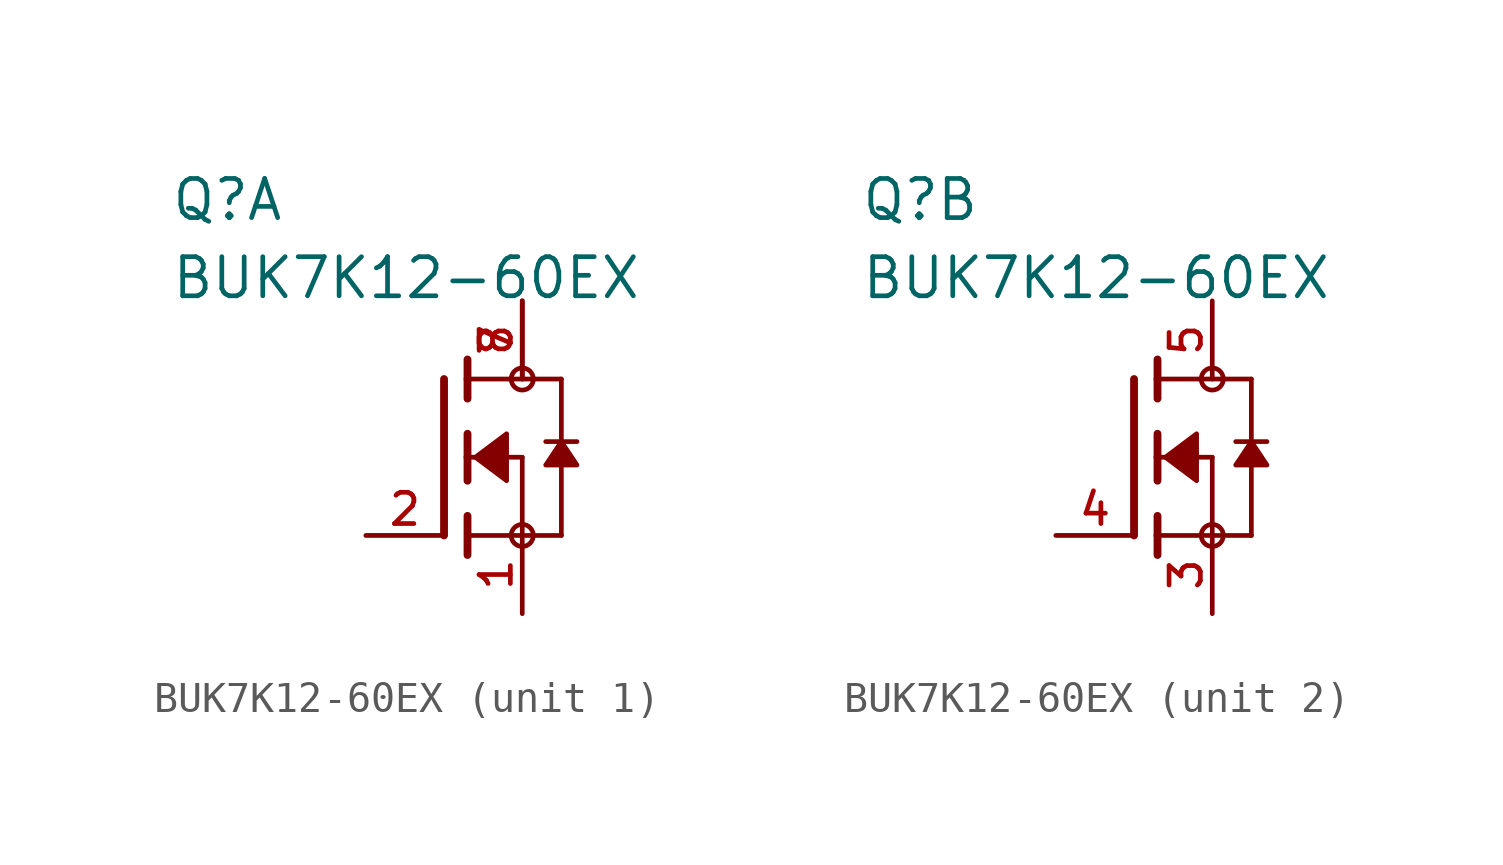
<source format=kicad_sym>
(kicad_symbol_lib
  (version 20211014)
  (generator kicad_symbol_editor)
  (symbol "BUK7K12-60EX"
    (pin_names
      (offset 1.016))
    (property "Reference" "Q"
      (at -11.43 7.62 0)
      (effects (font (size 1.27 1.27)) (justify bottom left)))
    (property "Value" "BUK7K12-60EX"
      (at -11.43 5.08 0)
      (effects (font (size 1.27 1.27)) (justify bottom left)))
    (symbol "BUK7K12-60EX_1_0"
      (polyline (pts (xy -1.778 0.762) (xy -1.778 0.0)) (stroke (width 0.254)))
      (polyline (pts (xy -1.778 0.0) (xy -1.778 -0.762)) (stroke (width 0.254)))
      (polyline (pts (xy -1.778 3.175) (xy -1.778 2.54)) (stroke (width 0.254)))
      (polyline (pts (xy -1.778 2.54) (xy -1.778 1.905)) (stroke (width 0.254)))
      (polyline (pts (xy -1.778 0.0) (xy 0.0 0.0)) (stroke (width 0.152)))
      (polyline (pts (xy 0.0 0.0) (xy 0.0 -2.54)) (stroke (width 0.152)))
      (polyline (pts (xy -1.778 -1.905) (xy -1.778 -3.175)) (stroke (width 0.254)))
      (polyline (pts (xy -2.54 2.54) (xy -2.54 -2.54)) (stroke (width 0.254)))
      (polyline (pts (xy 1.27 -2.54) (xy -1.778 -2.54)) (stroke (width 0.152)))
      (polyline (pts (xy 1.27 2.54) (xy 1.27 0.508)) (stroke (width 0.152)))
      (polyline (pts (xy 1.27 0.508) (xy 1.27 -2.54)) (stroke (width 0.152)))
      (polyline (pts (xy -1.778 2.54) (xy 1.27 2.54)) (stroke (width 0.152)))
      (polyline (pts (xy 1.778 0.508) (xy 1.27 0.508)) (stroke (width 0.152)))
      (polyline (pts (xy 1.27 0.508) (xy 0.762 0.508)) (stroke (width 0.152)))
      (circle (center 0.0 -2.54) (radius 0.359) (stroke (width 0.0)) (fill (type none)))
      (circle (center 0.0 2.54) (radius 0.359) (stroke (width 0.0)) (fill (type none)))
      (polyline (pts (xy 1.27 0.508) (xy 0.762 -0.254) (xy 1.778 -0.254) (xy 1.27 0.508)) (stroke (width 0.152)) (fill (type outline)))
      (polyline (pts (xy -1.524 0.0) (xy -0.508 0.762) (xy -0.508 -0.762) (xy -1.524 0.0)) (stroke (width 0.152)) (fill (type outline)))
      (pin passive line (at 0.0 -5.08 90.0) (length 2.54) (name "~" (effects (font (size 1.016 1.016)))) (number "1" (effects (font (size 1.016 1.016)))))
      (pin passive line (at -5.08 -2.54 0) (length 2.54) (name "~" (effects (font (size 1.016 1.016)))) (number "2" (effects (font (size 1.016 1.016)))))
      (pin passive line (at 0.0 5.08 270.0) (length 2.54) (name "~" (effects (font (size 1.016 1.016)))) (number "7" (effects (font (size 1.016 1.016)))))
      (pin passive line (at 0.0 5.08 270.0) (length 2.54) (name "~" (effects (font (size 1.016 1.016)))) (number "8" (effects (font (size 1.016 1.016))))))
    (symbol "BUK7K12-60EX_2_0"
      (polyline (pts (xy -1.778 0.762) (xy -1.778 0.0)) (stroke (width 0.254)))
      (polyline (pts (xy -1.778 0.0) (xy -1.778 -0.762)) (stroke (width 0.254)))
      (polyline (pts (xy -1.778 3.175) (xy -1.778 2.54)) (stroke (width 0.254)))
      (polyline (pts (xy -1.778 2.54) (xy -1.778 1.905)) (stroke (width 0.254)))
      (polyline (pts (xy -1.778 0.0) (xy 0.0 0.0)) (stroke (width 0.152)))
      (polyline (pts (xy 0.0 0.0) (xy 0.0 -2.54)) (stroke (width 0.152)))
      (polyline (pts (xy -1.778 -1.905) (xy -1.778 -2.54)) (stroke (width 0.254)))
      (polyline (pts (xy -1.778 -2.54) (xy -1.778 -3.175)) (stroke (width 0.254)))
      (polyline (pts (xy -2.54 2.54) (xy -2.54 -2.54)) (stroke (width 0.254)))
      (polyline (pts (xy 0.0 -2.54) (xy -1.778 -2.54)) (stroke (width 0.152)))
      (polyline (pts (xy 1.27 2.54) (xy 1.27 0.508)) (stroke (width 0.152)))
      (polyline (pts (xy 1.27 0.508) (xy 1.27 -2.54)) (stroke (width 0.152)))
      (polyline (pts (xy 0.0 -2.54) (xy 1.27 -2.54)) (stroke (width 0.152)))
      (polyline (pts (xy -1.778 2.54) (xy 1.27 2.54)) (stroke (width 0.152)))
      (polyline (pts (xy 1.778 0.508) (xy 1.27 0.508)) (stroke (width 0.152)))
      (polyline (pts (xy 1.27 0.508) (xy 0.762 0.508)) (stroke (width 0.152)))
      (circle (center 0.0 -2.54) (radius 0.359) (stroke (width 0.0)) (fill (type none)))
      (circle (center 0.0 2.54) (radius 0.359) (stroke (width 0.0)) (fill (type none)))
      (polyline (pts (xy 1.27 0.508) (xy 0.762 -0.254) (xy 1.778 -0.254) (xy 1.27 0.508)) (stroke (width 0.152)) (fill (type outline)))
      (polyline (pts (xy -1.524 0.0) (xy -0.508 0.762) (xy -0.508 -0.762) (xy -1.524 0.0)) (stroke (width 0.152)) (fill (type outline)))
      (pin passive line (at 0.0 -5.08 90.0) (length 2.54) (name "~" (effects (font (size 1.016 1.016)))) (number "3" (effects (font (size 1.016 1.016)))))
      (pin passive line (at -5.08 -2.54 0) (length 2.54) (name "~" (effects (font (size 1.016 1.016)))) (number "4" (effects (font (size 1.016 1.016)))))
      (pin passive line (at 0.0 5.08 270.0) (length 2.54) (name "~" (effects (font (size 1.016 1.016)))) (number "5" (effects (font (size 1.016 1.016))))))))
</source>
